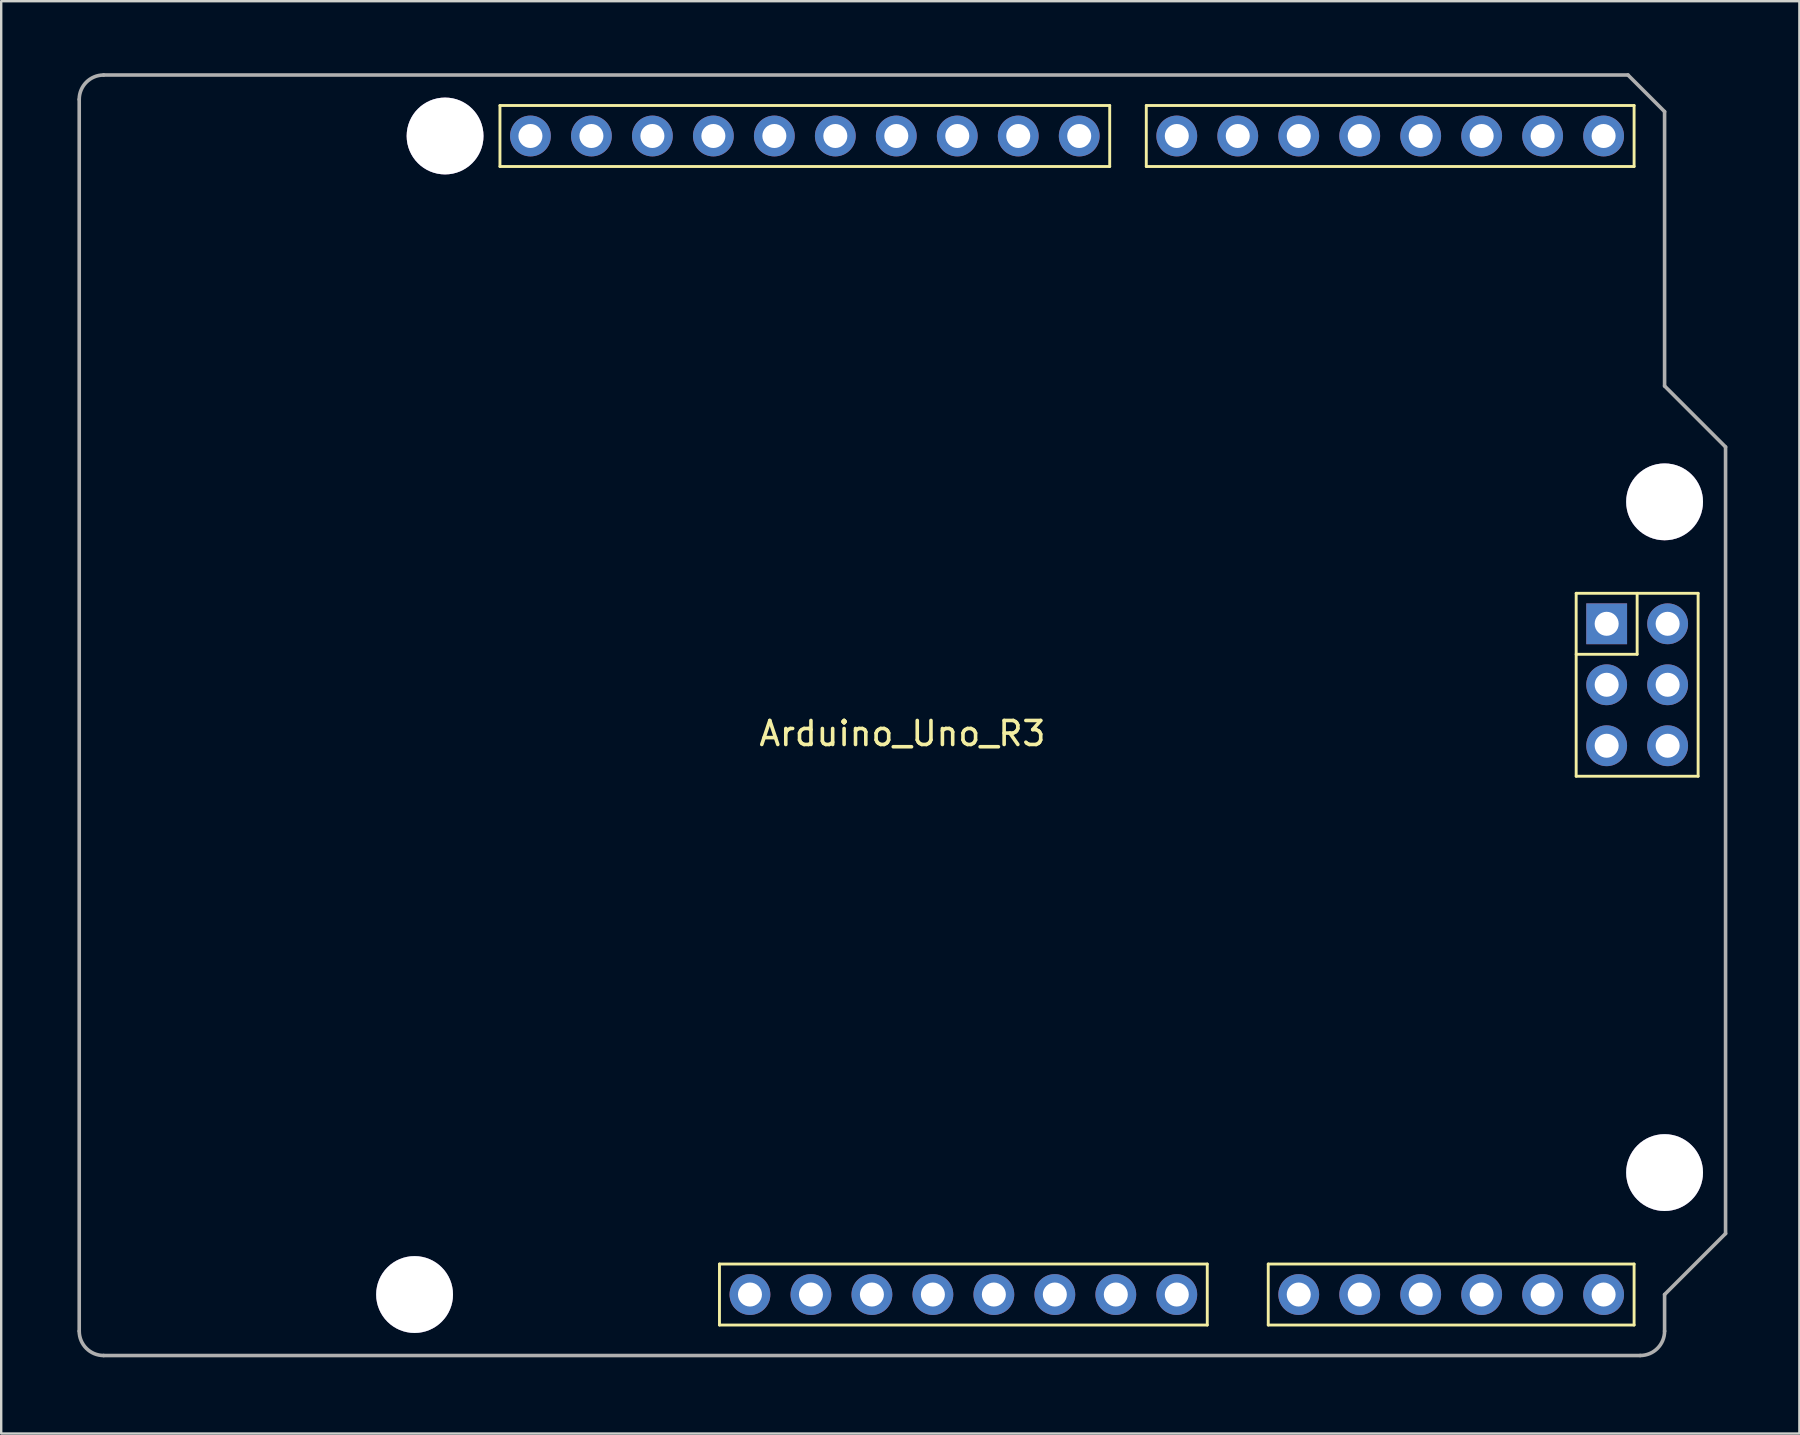
<source format=kicad_pcb>
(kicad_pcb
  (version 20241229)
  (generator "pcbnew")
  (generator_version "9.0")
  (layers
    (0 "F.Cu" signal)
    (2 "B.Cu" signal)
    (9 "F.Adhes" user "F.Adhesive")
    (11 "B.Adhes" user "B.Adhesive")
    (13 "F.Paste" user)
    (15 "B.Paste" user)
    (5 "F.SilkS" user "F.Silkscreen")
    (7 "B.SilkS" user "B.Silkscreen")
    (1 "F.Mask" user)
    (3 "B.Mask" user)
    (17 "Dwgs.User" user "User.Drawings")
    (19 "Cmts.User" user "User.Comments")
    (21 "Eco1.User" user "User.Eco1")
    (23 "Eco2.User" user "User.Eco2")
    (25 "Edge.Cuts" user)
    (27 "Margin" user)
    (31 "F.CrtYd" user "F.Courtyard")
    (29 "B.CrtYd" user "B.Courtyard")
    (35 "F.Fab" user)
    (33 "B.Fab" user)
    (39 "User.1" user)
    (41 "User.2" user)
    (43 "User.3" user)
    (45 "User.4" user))
  (footprint "Arduino_Uno_R3"
    (layer "F.Cu")
    (at 0.25 53.415)
    (property "Reference" "Arduino_Uno_R3" (at 34.29 -25.908 0) (layer "F.SilkS") (effects (font (size 1 1) (thickness 0.15))))
    (attr through_hole)
    (fp_line (start 17.526 -52.07) (end 42.926 -52.07) (stroke (width 0.12) (type solid)) (layer "F.SilkS"))
    (fp_line (start 17.526 -49.53) (end 17.526 -52.07) (stroke (width 0.12) (type solid)) (layer "F.SilkS"))
    (fp_line (start 26.67 -3.81) (end 46.99 -3.81) (stroke (width 0.12) (type solid)) (layer "F.SilkS"))
    (fp_line (start 26.67 -1.27) (end 26.67 -3.81) (stroke (width 0.12) (type solid)) (layer "F.SilkS"))
    (fp_line (start 42.926 -52.07) (end 42.926 -49.53) (stroke (width 0.12) (type solid)) (layer "F.SilkS"))
    (fp_line (start 42.926 -49.53) (end 17.526 -49.53) (stroke (width 0.12) (type solid)) (layer "F.SilkS"))
    (fp_line (start 44.45 -52.07) (end 64.77 -52.07) (stroke (width 0.12) (type solid)) (layer "F.SilkS"))
    (fp_line (start 44.45 -49.53) (end 44.45 -52.07) (stroke (width 0.12) (type solid)) (layer "F.SilkS"))
    (fp_line (start 46.99 -3.81) (end 46.99 -1.27) (stroke (width 0.12) (type solid)) (layer "F.SilkS"))
    (fp_line (start 46.99 -1.27) (end 26.67 -1.27) (stroke (width 0.12) (type solid)) (layer "F.SilkS"))
    (fp_line (start 49.53 -3.81) (end 64.77 -3.81) (stroke (width 0.12) (type solid)) (layer "F.SilkS"))
    (fp_line (start 49.53 -1.27) (end 49.53 -3.81) (stroke (width 0.12) (type solid)) (layer "F.SilkS"))
    (fp_line (start 62.357 -31.75) (end 67.437 -31.75) (stroke (width 0.12) (type solid)) (layer "F.SilkS"))
    (fp_line (start 62.357 -24.13) (end 62.357 -31.75) (stroke (width 0.12) (type solid)) (layer "F.SilkS"))
    (fp_line (start 64.77 -52.07) (end 64.77 -49.53) (stroke (width 0.12) (type solid)) (layer "F.SilkS"))
    (fp_line (start 64.77 -49.53) (end 44.45 -49.53) (stroke (width 0.12) (type solid)) (layer "F.SilkS"))
    (fp_line (start 64.77 -3.81) (end 64.77 -1.27) (stroke (width 0.12) (type solid)) (layer "F.SilkS"))
    (fp_line (start 64.77 -1.27) (end 49.53 -1.27) (stroke (width 0.12) (type solid)) (layer "F.SilkS"))
    (fp_line (start 64.897 -31.75) (end 64.897 -29.21) (stroke (width 0.12) (type solid)) (layer "F.SilkS"))
    (fp_line (start 64.897 -29.21) (end 62.357 -29.21) (stroke (width 0.12) (type solid)) (layer "F.SilkS"))
    (fp_line (start 67.437 -31.75) (end 67.437 -24.13) (stroke (width 0.12) (type solid)) (layer "F.SilkS"))
    (fp_line (start 67.437 -24.13) (end 62.357 -24.13) (stroke (width 0.12) (type solid)) (layer "F.SilkS"))
    (fp_line (start 0 -1.016) (end 0 -52.324) (stroke (width 0.15) (type solid)) (layer "F.Fab"))
    (fp_line (start 1.016 -53.34) (end 64.516 -53.34) (stroke (width 0.15) (type solid)) (layer "F.Fab"))
    (fp_line (start 64.516 -53.34) (end 66.04 -51.816) (stroke (width 0.15) (type solid)) (layer "F.Fab"))
    (fp_line (start 65.024 0) (end 1.016 0) (stroke (width 0.15) (type solid)) (layer "F.Fab"))
    (fp_line (start 66.04 -51.816) (end 66.04 -40.386) (stroke (width 0.15) (type solid)) (layer "F.Fab"))
    (fp_line (start 66.04 -40.386) (end 68.58 -37.846) (stroke (width 0.15) (type solid)) (layer "F.Fab"))
    (fp_line (start 66.04 -2.54) (end 66.04 -1.016) (stroke (width 0.15) (type solid)) (layer "F.Fab"))
    (fp_line (start 68.58 -37.846) (end 68.58 -5.08) (stroke (width 0.15) (type solid)) (layer "F.Fab"))
    (fp_line (start 68.58 -5.08) (end 66.04 -2.54) (stroke (width 0.15) (type solid)) (layer "F.Fab"))
    (fp_arc (start 0 -52.324) (mid 0.29758 -53.04242) (end 1.016 -53.34) (stroke (width 0.15) (type solid)) (layer "F.Fab"))
    (fp_arc (start 1.016 0) (mid 0.29758 -0.29758) (end 0 -1.016) (stroke (width 0.15) (type solid)) (layer "F.Fab"))
    (fp_arc (start 66.04 -1.016) (mid 65.74242 -0.29758) (end 65.024 0) (stroke (width 0.15) (type solid)) (layer "F.Fab"))
    (pad "" thru_hole circle (at 13.97 -2.54) (size 3.2 3.2) (drill 3.2) (layers "*.Cu" "*.Mask"))
    (pad "" thru_hole circle (at 15.24 -50.8) (size 3.2 3.2) (drill 3.2) (layers "*.Cu" "*.Mask"))
    (pad "" thru_hole rect (at 63.627 -30.48) (size 1.7 1.7) (drill 1) (layers "*.Cu" "*.Mask"))
    (pad "" thru_hole circle (at 63.627 -27.94) (size 1.7 1.7) (drill 1) (layers "*.Cu" "*.Mask"))
    (pad "" thru_hole circle (at 63.627 -25.4) (size 1.7 1.7) (drill 1) (layers "*.Cu" "*.Mask"))
    (pad "" thru_hole circle (at 66.04 -35.56) (size 3.2 3.2) (drill 3.2) (layers "*.Cu" "*.Mask"))
    (pad "" thru_hole circle (at 66.04 -7.62) (size 3.2 3.2) (drill 3.2) (layers "*.Cu" "*.Mask"))
    (pad "" thru_hole circle (at 66.167 -30.48) (size 1.7 1.7) (drill 1) (layers "*.Cu" "*.Mask"))
    (pad "" thru_hole circle (at 66.167 -27.94) (size 1.7 1.7) (drill 1) (layers "*.Cu" "*.Mask"))
    (pad "" thru_hole circle (at 66.167 -25.4) (size 1.7 1.7) (drill 1) (layers "*.Cu" "*.Mask"))
    (pad "1" thru_hole circle (at 27.94 -2.54) (size 1.7 1.7) (drill 1) (layers "*.Cu" "*.Mask"))
    (pad "2" thru_hole circle (at 30.48 -2.54) (size 1.7 1.7) (drill 1) (layers "*.Cu" "*.Mask"))
    (pad "3" thru_hole circle (at 33.02 -2.54) (size 1.7 1.7) (drill 1) (layers "*.Cu" "*.Mask"))
    (pad "4" thru_hole circle (at 35.56 -2.54) (size 1.7 1.7) (drill 1) (layers "*.Cu" "*.Mask"))
    (pad "5" thru_hole circle (at 38.1 -2.54) (size 1.7 1.7) (drill 1) (layers "*.Cu" "*.Mask"))
    (pad "6" thru_hole circle (at 40.64 -2.54) (size 1.7 1.7) (drill 1) (layers "*.Cu" "*.Mask"))
    (pad "7" thru_hole circle (at 43.18 -2.54) (size 1.7 1.7) (drill 1) (layers "*.Cu" "*.Mask"))
    (pad "8" thru_hole circle (at 45.72 -2.54) (size 1.7 1.7) (drill 1) (layers "*.Cu" "*.Mask"))
    (pad "9" thru_hole circle (at 50.8 -2.54) (size 1.7 1.7) (drill 1) (layers "*.Cu" "*.Mask"))
    (pad "10" thru_hole circle (at 53.34 -2.54) (size 1.7 1.7) (drill 1) (layers "*.Cu" "*.Mask"))
    (pad "11" thru_hole circle (at 55.88 -2.54) (size 1.7 1.7) (drill 1) (layers "*.Cu" "*.Mask"))
    (pad "12" thru_hole circle (at 58.42 -2.54) (size 1.7 1.7) (drill 1) (layers "*.Cu" "*.Mask"))
    (pad "13" thru_hole circle (at 60.96 -2.54) (size 1.7 1.7) (drill 1) (layers "*.Cu" "*.Mask"))
    (pad "14" thru_hole circle (at 63.5 -2.54) (size 1.7 1.7) (drill 1) (layers "*.Cu" "*.Mask"))
    (pad "15" thru_hole circle (at 63.5 -50.8) (size 1.7 1.7) (drill 1) (layers "*.Cu" "*.Mask"))
    (pad "16" thru_hole circle (at 60.96 -50.8) (size 1.7 1.7) (drill 1) (layers "*.Cu" "*.Mask"))
    (pad "17" thru_hole circle (at 58.42 -50.8) (size 1.7 1.7) (drill 1) (layers "*.Cu" "*.Mask"))
    (pad "18" thru_hole circle (at 55.88 -50.8) (size 1.7 1.7) (drill 1) (layers "*.Cu" "*.Mask"))
    (pad "19" thru_hole circle (at 53.34 -50.8) (size 1.7 1.7) (drill 1) (layers "*.Cu" "*.Mask"))
    (pad "20" thru_hole circle (at 50.8 -50.8) (size 1.7 1.7) (drill 1) (layers "*.Cu" "*.Mask"))
    (pad "21" thru_hole circle (at 48.26 -50.8) (size 1.7 1.7) (drill 1) (layers "*.Cu" "*.Mask"))
    (pad "22" thru_hole circle (at 45.72 -50.8) (size 1.7 1.7) (drill 1) (layers "*.Cu" "*.Mask"))
    (pad "23" thru_hole circle (at 41.656 -50.8) (size 1.7 1.7) (drill 1) (layers "*.Cu" "*.Mask"))
    (pad "24" thru_hole circle (at 39.116 -50.8) (size 1.7 1.7) (drill 1) (layers "*.Cu" "*.Mask"))
    (pad "25" thru_hole circle (at 36.576 -50.8) (size 1.7 1.7) (drill 1) (layers "*.Cu" "*.Mask"))
    (pad "26" thru_hole circle (at 34.036 -50.8) (size 1.7 1.7) (drill 1) (layers "*.Cu" "*.Mask"))
    (pad "27" thru_hole circle (at 31.496 -50.8) (size 1.7 1.7) (drill 1) (layers "*.Cu" "*.Mask"))
    (pad "28" thru_hole circle (at 28.956 -50.8) (size 1.7 1.7) (drill 1) (layers "*.Cu" "*.Mask"))
    (pad "29" thru_hole circle (at 26.416 -50.8) (size 1.7 1.7) (drill 1) (layers "*.Cu" "*.Mask"))
    (pad "30" thru_hole circle (at 23.876 -50.8) (size 1.7 1.7) (drill 1) (layers "*.Cu" "*.Mask"))
    (pad "31" thru_hole circle (at 21.336 -50.8) (size 1.7 1.7) (drill 1) (layers "*.Cu" "*.Mask"))
    (pad "32" thru_hole circle (at 18.796 -50.8) (size 1.7 1.7) (drill 1) (layers "*.Cu" "*.Mask")))
  (gr_rect
    (start -3 -3)
    (end 71.905 56.665)
    (stroke (width 0.1) (type default))
    (fill no)
    (layer "Edge.Cuts")))
</source>
